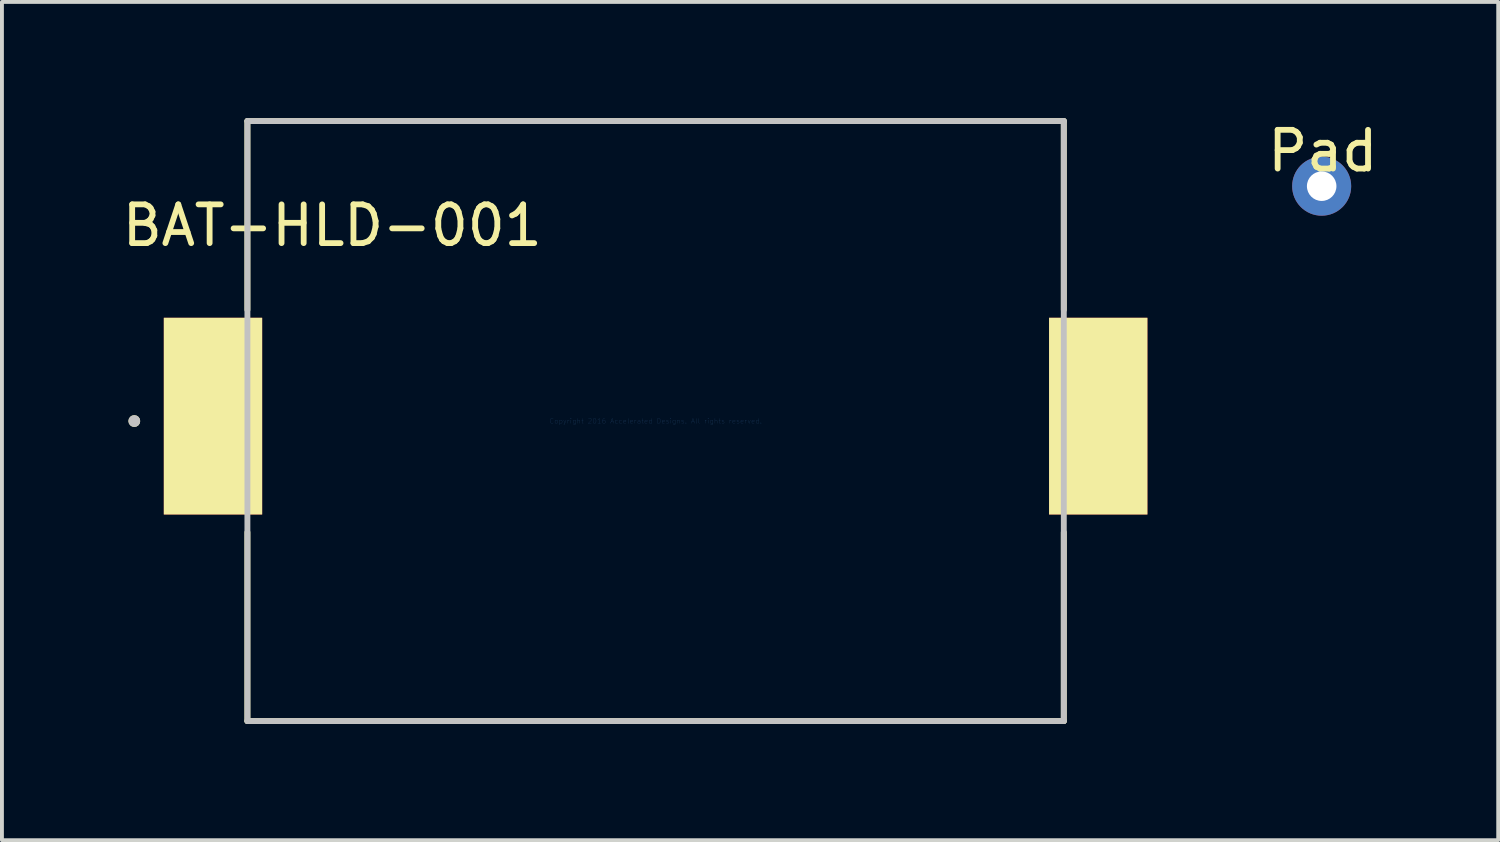
<source format=kicad_pcb>
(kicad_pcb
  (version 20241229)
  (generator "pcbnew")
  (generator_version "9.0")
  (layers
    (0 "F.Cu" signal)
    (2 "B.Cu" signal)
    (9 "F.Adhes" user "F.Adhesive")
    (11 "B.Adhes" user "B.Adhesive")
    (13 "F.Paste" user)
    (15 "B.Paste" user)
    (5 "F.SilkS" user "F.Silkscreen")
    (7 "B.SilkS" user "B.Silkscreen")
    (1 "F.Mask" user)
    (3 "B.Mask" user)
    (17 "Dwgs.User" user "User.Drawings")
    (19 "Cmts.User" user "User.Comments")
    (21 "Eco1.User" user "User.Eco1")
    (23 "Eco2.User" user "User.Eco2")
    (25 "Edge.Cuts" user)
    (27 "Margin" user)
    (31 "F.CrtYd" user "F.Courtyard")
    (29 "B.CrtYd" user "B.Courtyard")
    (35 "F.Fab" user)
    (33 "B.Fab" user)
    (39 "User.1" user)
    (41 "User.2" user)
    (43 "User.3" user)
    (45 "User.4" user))
  (footprint "Pad"
    (layer "F.Cu")
    (at 31.11 0.348)
    (property "Reference" "Pad" (at 0 0.5 0) (layer "F.SilkS") (effects (font (size 1 1) (thickness 0.15))))
    (attr through_hole)
    (pad "1" thru_hole circle (at -0.03 1.41) (size 1.524 1.524) (drill 0.762) (layers "*.Cu" "*.Mask")))
  (footprint "BAT-HLD-001"
    (layer "F.Cu")
    (at 13.88 7.823)
    (property "Reference" "BAT-HLD-001" (at -8.35 -5.05 0) (layer "F.SilkS") (effects (font (size 1 1) (thickness 0.15))))
    (attr through_hole)
    (fp_line (start -10.541 -7.747) (end -10.541 -2.873) (stroke (width 0.152) (type solid)) (layer "F.SilkS"))
    (fp_line (start -10.541 2.873) (end -10.541 7.747) (stroke (width 0.152) (type solid)) (layer "F.SilkS"))
    (fp_line (start -10.541 7.747) (end 10.541 7.747) (stroke (width 0.152) (type solid)) (layer "F.SilkS"))
    (fp_line (start 10.541 -7.747) (end -10.541 -7.747) (stroke (width 0.152) (type solid)) (layer "F.SilkS"))
    (fp_line (start 10.541 -2.873) (end 10.541 -7.747) (stroke (width 0.152) (type solid)) (layer "F.SilkS"))
    (fp_line (start 10.541 7.747) (end 10.541 2.873) (stroke (width 0.152) (type solid)) (layer "F.SilkS"))
    (fp_circle (center -13.462 0) (end -13.386 0) (stroke (width 0.152) (type solid)) (fill no) (layer "F.SilkS"))
    (fp_line (start -10.541 -7.747) (end -10.541 7.747) (stroke (width 0.152) (type solid)) (layer "Dwgs.User"))
    (fp_line (start -10.541 7.747) (end 10.541 7.747) (stroke (width 0.152) (type solid)) (layer "Dwgs.User"))
    (fp_line (start 10.541 -7.747) (end -10.541 -7.747) (stroke (width 0.152) (type solid)) (layer "Dwgs.User"))
    (fp_line (start 10.541 7.747) (end 10.541 -7.747) (stroke (width 0.152) (type solid)) (layer "Dwgs.User"))
    (fp_circle (center -13.462 0) (end -13.386 0) (stroke (width 0.152) (type solid)) (fill no) (layer "Dwgs.User"))
    (fp_text user "Copyright 2016 Accelerated Designs. All rights reserved." (at 0 0 0) (layer "Cmts.User") (effects (font (size 0.127 0.127) (thickness 0.002))))
    (pad "1" smd rect (at -11.43 -0.127) (size 2.54 5.08) (layers "F.Cu" "F.Mask" "F.SilkS"))
    (pad "2" smd rect (at 11.43 -0.127) (size 2.54 5.08) (layers "F.Cu" "F.Mask" "F.SilkS")))
  (gr_rect
    (start -3 -3)
    (end 35.639 18.646)
    (stroke (width 0.1) (type default))
    (fill no)
    (layer "Edge.Cuts")))
</source>
